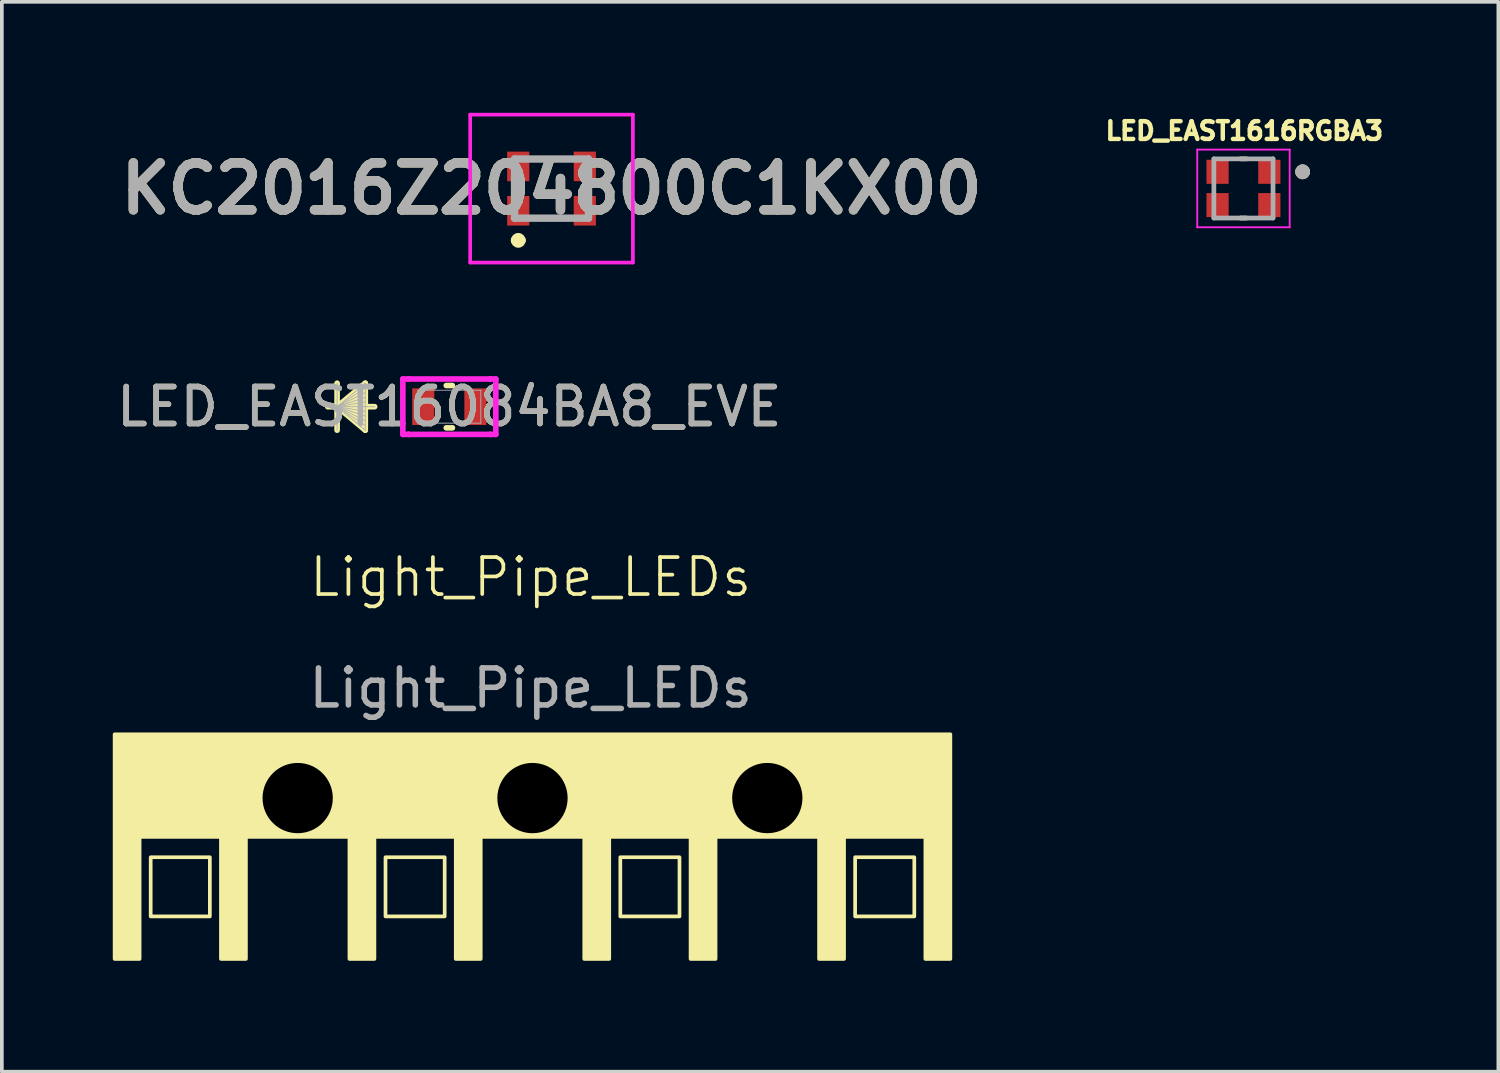
<source format=kicad_pcb>
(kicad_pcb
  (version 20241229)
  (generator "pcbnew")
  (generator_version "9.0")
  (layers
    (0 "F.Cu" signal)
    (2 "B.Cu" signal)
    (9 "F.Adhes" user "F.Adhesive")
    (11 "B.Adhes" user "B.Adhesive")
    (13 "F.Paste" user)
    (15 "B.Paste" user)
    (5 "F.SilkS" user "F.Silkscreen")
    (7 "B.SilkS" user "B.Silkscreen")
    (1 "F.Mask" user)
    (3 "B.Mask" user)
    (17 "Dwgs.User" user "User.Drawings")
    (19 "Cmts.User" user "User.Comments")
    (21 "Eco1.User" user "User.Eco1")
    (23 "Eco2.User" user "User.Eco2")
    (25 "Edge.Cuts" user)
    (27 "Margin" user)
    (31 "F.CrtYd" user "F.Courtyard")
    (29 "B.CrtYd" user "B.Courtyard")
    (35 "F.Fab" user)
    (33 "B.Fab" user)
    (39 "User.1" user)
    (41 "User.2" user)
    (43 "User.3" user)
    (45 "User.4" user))
  (footprint "Light_Pipe_LEDs"
    (layer "F.Cu")
    (at 11.3 13.057)
    (property "Reference" "Light_Pipe_LEDs" (at 0 -0.5 0) (unlocked yes) (layer "F.SilkS") (effects (font (size 1 1) (thickness 0.1))))
    (attr through_hole)
    (fp_rect (start -10.275 7.075) (end -8.675 8.675) (stroke (width 0.1) (type default)) (fill no) (layer "F.SilkS"))
    (fp_rect (start -3.925 7.075) (end -2.325 8.675) (stroke (width 0.1) (type default)) (fill no) (layer "F.SilkS"))
    (fp_rect (start 2.425 7.075) (end 4.025 8.675) (stroke (width 0.1) (type default)) (fill no) (layer "F.SilkS"))
    (fp_rect (start 8.775 7.075) (end 10.375 8.675) (stroke (width 0.1) (type default)) (fill no) (layer "F.SilkS"))
    (fp_poly (pts (xy -11.25 9.825) (xy -11.25 3.75) (xy 11.35 3.75) (xy 11.35 9.825) (xy 10.675 9.825) (xy 10.675 6.525) (xy 8.475 6.525) (xy 8.475 9.825) (xy 7.8 9.825) (xy 7.8 6.525) (xy 5 6.525) (xy 5 9.825) (xy 4.325 9.825) (xy 4.325 6.525) (xy 2.125 6.525) (xy 2.125 9.825) (xy 1.45 9.825) (xy 1.45 6.525) (xy -1.35 6.525) (xy -1.35 9.825) (xy -2.025 9.825) (xy -2.025 6.525) (xy -4.225 6.525) (xy -4.225 9.825) (xy -4.9 9.825) (xy -4.9 6.525) (xy -7.7 6.525) (xy -7.7 9.825) (xy -8.375 9.825) (xy -8.375 6.525) (xy -10.575 6.525) (xy -10.575 9.825)) (stroke (width 0.1) (type solid)) (fill yes) (layer "F.SilkS"))
    (fp_text user "${REFERENCE}" (at 0 2.5 0) (unlocked yes) (layer "F.Fab") (effects (font (size 1 1) (thickness 0.15))))
    (pad "" np_thru_hole circle (at -6.3 5.475) (size 2.2 2.2) (drill 1.9) (layers "*.Mask"))
    (pad "" np_thru_hole circle (at 0.05 5.475) (size 2.2 2.2) (drill 1.9) (layers "*.Mask"))
    (pad "" np_thru_hole circle (at 6.4 5.475) (size 2.2 2.2) (drill 1.9) (layers "*.Mask")))
  (footprint "LED_EAST1616RGBA3"
    (layer "F.Cu")
    (at 30.576 2.046)
    (property "Reference" "LED_EAST1616RGBA3" (at 0.024 -1.555 0) (layer "F.SilkS") (effects (font (size 0.48 0.48) (thickness 0.15))))
    (attr smd)
    (fp_line (start -0.08 -0.8) (end 0.08 -0.8) (stroke (width 0.127) (type solid)) (layer "F.SilkS"))
    (fp_line (start 0.08 0.8) (end -0.08 0.8) (stroke (width 0.127) (type solid)) (layer "F.SilkS"))
    (fp_circle (center 1.6 -0.45) (end 1.7 -0.45) (stroke (width 0.2) (type solid)) (fill no) (layer "F.SilkS"))
    (fp_line (start -1.25 -1.05) (end 1.25 -1.05) (stroke (width 0.05) (type solid)) (layer "F.CrtYd"))
    (fp_line (start -1.25 1.05) (end -1.25 -1.05) (stroke (width 0.05) (type solid)) (layer "F.CrtYd"))
    (fp_line (start 1.25 -1.05) (end 1.25 1.05) (stroke (width 0.05) (type solid)) (layer "F.CrtYd"))
    (fp_line (start 1.25 1.05) (end -1.25 1.05) (stroke (width 0.05) (type solid)) (layer "F.CrtYd"))
    (fp_line (start -0.8 -0.8) (end 0.8 -0.8) (stroke (width 0.127) (type solid)) (layer "F.Fab"))
    (fp_line (start -0.8 0.8) (end -0.8 -0.8) (stroke (width 0.127) (type solid)) (layer "F.Fab"))
    (fp_line (start 0.8 -0.8) (end 0.8 0.8) (stroke (width 0.127) (type solid)) (layer "F.Fab"))
    (fp_line (start 0.8 0.8) (end -0.8 0.8) (stroke (width 0.127) (type solid)) (layer "F.Fab"))
    (fp_circle (center 1.6 -0.45) (end 1.7 -0.45) (stroke (width 0.2) (type solid)) (fill no) (layer "F.Fab"))
    (pad "1" smd rect (at 0.7 -0.45) (size 0.6 0.65) (layers "F.Cu" "F.Mask" "F.Paste"))
    (pad "2" smd rect (at -0.7 -0.45) (size 0.6 0.65) (layers "F.Cu" "F.Mask" "F.Paste"))
    (pad "3" smd rect (at 0.7 0.45) (size 0.6 0.65) (layers "F.Cu" "F.Mask" "F.Paste"))
    (pad "4" smd rect (at -0.7 0.45) (size 0.6 0.65) (layers "F.Cu" "F.Mask" "F.Paste")))
  (footprint "KC2016Z204800C1KX00"
    (layer "F.Cu")
    (at 11.865 2.05)
    (property "Reference" "KC2016Z204800C1KX00" (at 0 0 0) (layer "F.SilkS") (effects (font (size 1.27 1.27) (thickness 0.254))))
    (attr smd)
    (fp_line (start -1 1.4) (end -1 1.4) (stroke (width 0.2) (type solid)) (layer "F.SilkS"))
    (fp_line (start -0.8 1.4) (end -0.8 1.4) (stroke (width 0.2) (type solid)) (layer "F.SilkS"))
    (fp_arc (start -1 1.4) (mid -0.9 1.3) (end -0.8 1.4) (stroke (width 0.2) (type solid)) (layer "F.SilkS"))
    (fp_arc (start -0.8 1.4) (mid -0.9 1.5) (end -1 1.4) (stroke (width 0.2) (type solid)) (layer "F.SilkS"))
    (fp_line (start -2.2 -2) (end 2.2 -2) (stroke (width 0.1) (type solid)) (layer "F.CrtYd"))
    (fp_line (start -2.2 2) (end -2.2 -2) (stroke (width 0.1) (type solid)) (layer "F.CrtYd"))
    (fp_line (start 2.2 -2) (end 2.2 2) (stroke (width 0.1) (type solid)) (layer "F.CrtYd"))
    (fp_line (start 2.2 2) (end -2.2 2) (stroke (width 0.1) (type solid)) (layer "F.CrtYd"))
    (fp_line (start -1 -0.8) (end -1 0.8) (stroke (width 0.2) (type solid)) (layer "F.Fab"))
    (fp_line (start -1 0.8) (end 1 0.8) (stroke (width 0.2) (type solid)) (layer "F.Fab"))
    (fp_line (start 1 -0.8) (end -1 -0.8) (stroke (width 0.2) (type solid)) (layer "F.Fab"))
    (fp_line (start 1 0.8) (end 1 -0.8) (stroke (width 0.2) (type solid)) (layer "F.Fab"))
    (fp_text user "${REFERENCE}" (at 0 0 0) (layer "F.Fab") (effects (font (size 1.27 1.27) (thickness 0.254))))
    (pad "1" smd rect (at -0.9 0.6) (size 0.6 0.8) (layers "F.Cu" "F.Mask" "F.Paste"))
    (pad "2" smd rect (at 0.9 0.6) (size 0.6 0.8) (layers "F.Cu" "F.Mask" "F.Paste"))
    (pad "3" smd rect (at 0.9 -0.6) (size 0.6 0.8) (layers "F.Cu" "F.Mask" "F.Paste"))
    (pad "4" smd rect (at -0.9 -0.6) (size 0.6 0.8) (layers "F.Cu" "F.Mask" "F.Paste")))
  (footprint "LED_EAST16084BA8_EVE"
    (layer "F.Cu")
    (at 9.101 7.948)
    (property "Reference" "LED_EAST16084BA8_EVE" (at 0 0 0) (unlocked yes) (layer "F.SilkS") (effects (font (size 1 1) (thickness 0.15))))
    (attr smd)
    (fp_line (start -3.035 -0.635) (end -3.035 0.635) (stroke (width 0.152) (type solid)) (layer "F.SilkS"))
    (fp_line (start -3.035 0) (end -2.273 -0.635) (stroke (width 0.152) (type solid)) (layer "F.SilkS"))
    (fp_line (start -3.035 0) (end -2.273 -0.508) (stroke (width 0.152) (type solid)) (layer "F.SilkS"))
    (fp_line (start -3.035 0) (end -2.273 -0.381) (stroke (width 0.152) (type solid)) (layer "F.SilkS"))
    (fp_line (start -3.035 0) (end -2.273 -0.254) (stroke (width 0.152) (type solid)) (layer "F.SilkS"))
    (fp_line (start -3.035 0) (end -2.273 -0.127) (stroke (width 0.152) (type solid)) (layer "F.SilkS"))
    (fp_line (start -3.035 0) (end -2.273 0.127) (stroke (width 0.152) (type solid)) (layer "F.SilkS"))
    (fp_line (start -3.035 0) (end -2.273 0.254) (stroke (width 0.152) (type solid)) (layer "F.SilkS"))
    (fp_line (start -3.035 0) (end -2.273 0.381) (stroke (width 0.152) (type solid)) (layer "F.SilkS"))
    (fp_line (start -3.035 0) (end -2.273 0.508) (stroke (width 0.152) (type solid)) (layer "F.SilkS"))
    (fp_line (start -3.035 0) (end -2.273 0.635) (stroke (width 0.152) (type solid)) (layer "F.SilkS"))
    (fp_line (start -2.273 -0.635) (end -2.273 0.635) (stroke (width 0.152) (type solid)) (layer "F.SilkS"))
    (fp_line (start -2.019 0) (end -3.289 0) (stroke (width 0.152) (type solid)) (layer "F.SilkS"))
    (fp_line (start -0.083 0.572) (end 0.083 0.572) (stroke (width 0.152) (type solid)) (layer "F.SilkS"))
    (fp_line (start 0.083 -0.572) (end -0.083 -0.572) (stroke (width 0.152) (type solid)) (layer "F.SilkS"))
    (fp_line (start -1.257 -0.749) (end -1.105 -0.749) (stroke (width 0.152) (type solid)) (layer "F.CrtYd"))
    (fp_line (start -1.257 0.749) (end -1.257 -0.749) (stroke (width 0.152) (type solid)) (layer "F.CrtYd"))
    (fp_line (start -1.105 -0.749) (end -1.105 -0.749) (stroke (width 0.152) (type solid)) (layer "F.CrtYd"))
    (fp_line (start -1.105 -0.749) (end 1.105 -0.749) (stroke (width 0.152) (type solid)) (layer "F.CrtYd"))
    (fp_line (start -1.105 0.749) (end -1.257 0.749) (stroke (width 0.152) (type solid)) (layer "F.CrtYd"))
    (fp_line (start -1.105 0.749) (end -1.105 0.749) (stroke (width 0.152) (type solid)) (layer "F.CrtYd"))
    (fp_line (start 1.105 -0.749) (end 1.105 -0.749) (stroke (width 0.152) (type solid)) (layer "F.CrtYd"))
    (fp_line (start 1.105 -0.749) (end 1.257 -0.749) (stroke (width 0.152) (type solid)) (layer "F.CrtYd"))
    (fp_line (start 1.105 0.749) (end -1.105 0.749) (stroke (width 0.152) (type solid)) (layer "F.CrtYd"))
    (fp_line (start 1.105 0.749) (end 1.105 0.749) (stroke (width 0.152) (type solid)) (layer "F.CrtYd"))
    (fp_line (start 1.257 -0.749) (end 1.257 0.749) (stroke (width 0.152) (type solid)) (layer "F.CrtYd"))
    (fp_line (start 1.257 0.749) (end 1.105 0.749) (stroke (width 0.152) (type solid)) (layer "F.CrtYd"))
    (fp_line (start -3.035 -0.635) (end -3.035 0.635) (stroke (width 0.025) (type solid)) (layer "F.Fab"))
    (fp_line (start -3.035 0) (end -2.273 -0.635) (stroke (width 0.025) (type solid)) (layer "F.Fab"))
    (fp_line (start -3.035 0) (end -2.273 -0.508) (stroke (width 0.025) (type solid)) (layer "F.Fab"))
    (fp_line (start -3.035 0) (end -2.273 -0.381) (stroke (width 0.025) (type solid)) (layer "F.Fab"))
    (fp_line (start -3.035 0) (end -2.273 -0.254) (stroke (width 0.025) (type solid)) (layer "F.Fab"))
    (fp_line (start -3.035 0) (end -2.273 -0.127) (stroke (width 0.025) (type solid)) (layer "F.Fab"))
    (fp_line (start -3.035 0) (end -2.273 0.127) (stroke (width 0.025) (type solid)) (layer "F.Fab"))
    (fp_line (start -3.035 0) (end -2.273 0.254) (stroke (width 0.025) (type solid)) (layer "F.Fab"))
    (fp_line (start -3.035 0) (end -2.273 0.381) (stroke (width 0.025) (type solid)) (layer "F.Fab"))
    (fp_line (start -3.035 0) (end -2.273 0.508) (stroke (width 0.025) (type solid)) (layer "F.Fab"))
    (fp_line (start -3.035 0) (end -2.273 0.635) (stroke (width 0.025) (type solid)) (layer "F.Fab"))
    (fp_line (start -2.273 -0.635) (end -2.273 0.635) (stroke (width 0.025) (type solid)) (layer "F.Fab"))
    (fp_line (start -2.019 0) (end -3.289 0) (stroke (width 0.025) (type solid)) (layer "F.Fab"))
    (fp_line (start -0.851 -0.445) (end -0.851 0.445) (stroke (width 0.025) (type solid)) (layer "F.Fab"))
    (fp_line (start -0.851 0.445) (end 0.851 0.445) (stroke (width 0.025) (type solid)) (layer "F.Fab"))
    (fp_line (start 0.851 -0.445) (end -0.851 -0.445) (stroke (width 0.025) (type solid)) (layer "F.Fab"))
    (fp_line (start 0.851 0.445) (end 0.851 -0.445) (stroke (width 0.025) (type solid)) (layer "F.Fab"))
    (fp_text user "${REFERENCE}" (at 0 0 0) (unlocked yes) (layer "F.Fab") (effects (font (size 1 1) (thickness 0.15))))
    (pad "1" smd rect (at -0.705 0) (size 0.597 0.991) (layers "F.Cu" "F.Mask" "F.Paste"))
    (pad "2" smd rect (at 0.705 0) (size 0.597 0.991) (layers "F.Cu" "F.Mask" "F.Paste"))
    (zone (net_name "") (layer "F.Cu") (hatch full 0.508) (connect_pads) (min_thickness 0.254) (filled_areas_thickness no) (keepout (tracks not_allowed) (vias not_allowed) (pads allowed) (copperpour not_allowed) (footprints allowed)) (placement (enabled no)) (fill) (polygon (pts (xy 8.746 7.504) (xy 9.457 7.504) (xy 9.457 8.393) (xy 8.746 8.393)))))
  (gr_rect
    (start -3 -3)
    (end 37.469 25.932)
    (stroke (width 0.1) (type default))
    (fill no)
    (layer "Edge.Cuts")))
</source>
